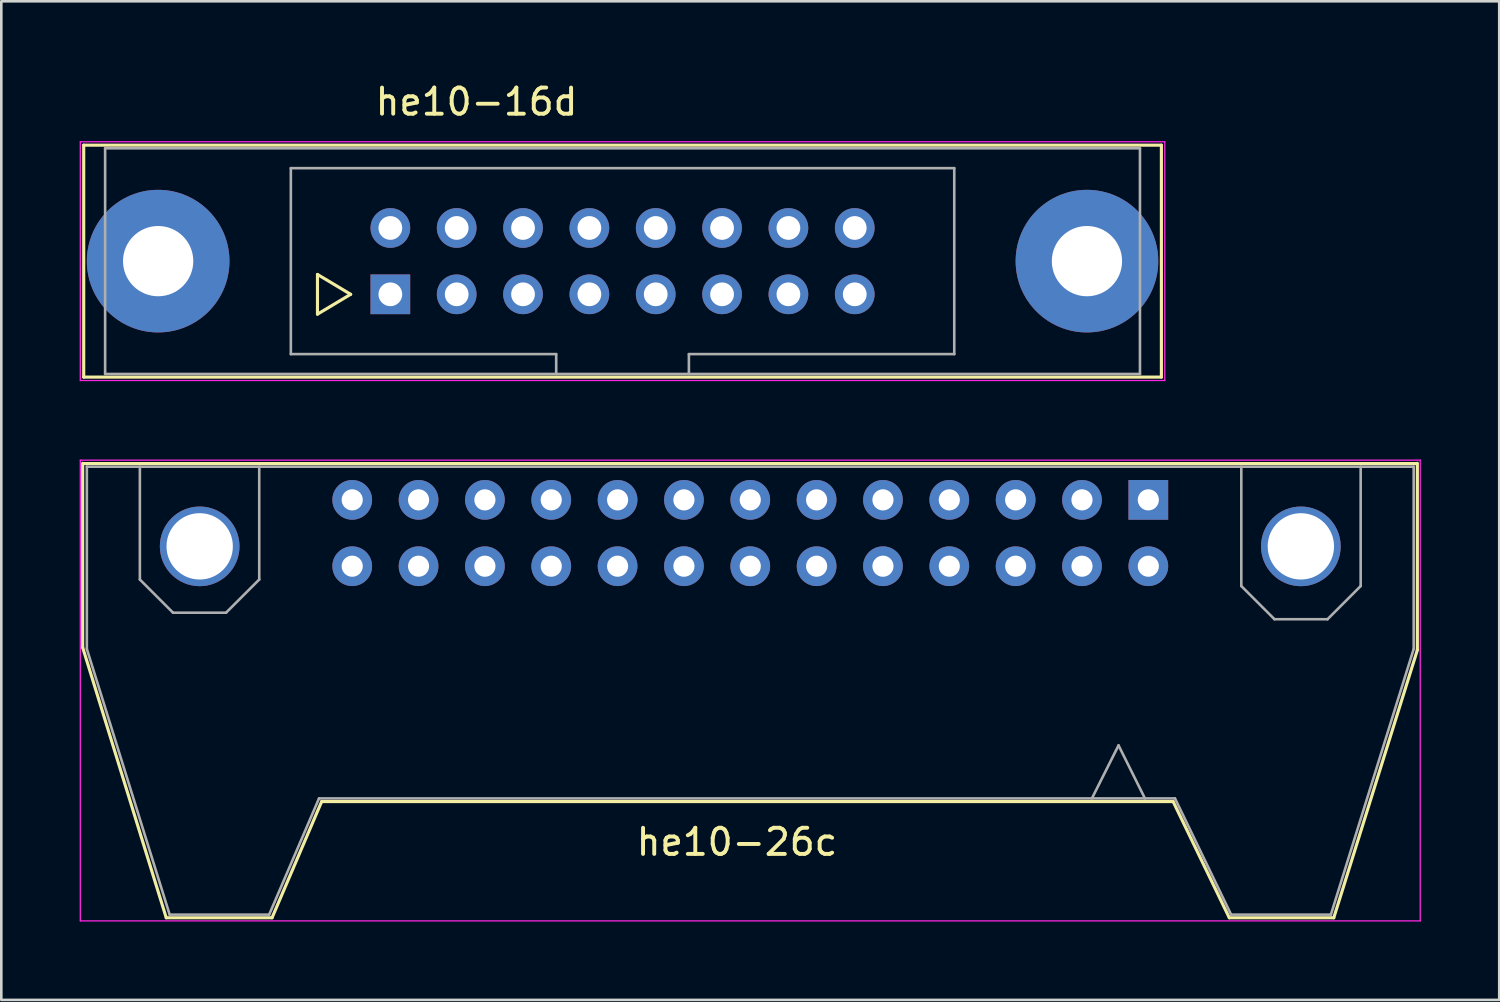
<source format=kicad_pcb>
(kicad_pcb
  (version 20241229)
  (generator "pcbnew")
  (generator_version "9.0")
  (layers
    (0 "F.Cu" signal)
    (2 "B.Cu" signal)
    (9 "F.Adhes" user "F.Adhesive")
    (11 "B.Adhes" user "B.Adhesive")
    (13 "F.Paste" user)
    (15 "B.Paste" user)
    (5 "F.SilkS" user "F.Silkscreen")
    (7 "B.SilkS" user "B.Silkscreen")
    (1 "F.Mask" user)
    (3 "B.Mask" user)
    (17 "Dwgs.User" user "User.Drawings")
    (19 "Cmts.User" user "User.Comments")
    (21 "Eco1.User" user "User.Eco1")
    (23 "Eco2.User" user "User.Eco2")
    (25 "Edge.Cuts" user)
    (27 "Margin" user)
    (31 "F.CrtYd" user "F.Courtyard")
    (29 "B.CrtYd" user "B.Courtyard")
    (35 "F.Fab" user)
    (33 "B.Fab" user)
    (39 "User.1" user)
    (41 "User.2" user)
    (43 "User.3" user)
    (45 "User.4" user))
  (footprint "he10-26c"
    (layer "F.Cu")
    (at 40.915 16.088)
    (property "Reference" "he10-26c" (at -15.75 13.1 0) (layer "F.SilkS") (effects (font (size 1 1) (thickness 0.15))))
    (attr through_hole)
    (fp_line (start -40.8 5.65) (end -40.8 -1.4) (stroke (width 0.12) (type solid)) (layer "F.SilkS"))
    (fp_line (start -40.76 -1.39) (end 10.28 -1.39) (stroke (width 0.12) (type solid)) (layer "F.SilkS"))
    (fp_line (start -37.6 16) (end -40.8 5.65) (stroke (width 0.12) (type solid)) (layer "F.SilkS"))
    (fp_line (start -33.55 16) (end -37.6 16) (stroke (width 0.12) (type solid)) (layer "F.SilkS"))
    (fp_line (start -31.65 11.55) (end -33.55 16) (stroke (width 0.12) (type solid)) (layer "F.SilkS"))
    (fp_line (start 0.95 11.55) (end -31.65 11.55) (stroke (width 0.12) (type solid)) (layer "F.SilkS"))
    (fp_line (start 3.1 16) (end 0.95 11.55) (stroke (width 0.12) (type solid)) (layer "F.SilkS"))
    (fp_line (start 7.1 16) (end 3.1 16) (stroke (width 0.12) (type solid)) (layer "F.SilkS"))
    (fp_line (start 10.3 -1.4) (end 10.3 5.75) (stroke (width 0.12) (type solid)) (layer "F.SilkS"))
    (fp_line (start 10.3 5.75) (end 7.1 16) (stroke (width 0.12) (type solid)) (layer "F.SilkS"))
    (fp_line (start -40.89 -1.52) (end -40.89 16.12) (stroke (width 0.05) (type solid)) (layer "F.CrtYd"))
    (fp_line (start -40.89 -1.52) (end 10.41 -1.52) (stroke (width 0.05) (type solid)) (layer "F.CrtYd"))
    (fp_line (start 10.41 16.12) (end -40.89 16.12) (stroke (width 0.05) (type solid)) (layer "F.CrtYd"))
    (fp_line (start 10.41 16.12) (end 10.41 -1.52) (stroke (width 0.05) (type solid)) (layer "F.CrtYd"))
    (fp_line (start -40.64 -1.27) (end -40.64 5.71) (stroke (width 0.1) (type solid)) (layer "F.Fab"))
    (fp_line (start -40.64 -1.27) (end 10.16 -1.27) (stroke (width 0.1) (type solid)) (layer "F.Fab"))
    (fp_line (start -40.64 5.71) (end -37.47 15.88) (stroke (width 0.1) (type solid)) (layer "F.Fab"))
    (fp_line (start -38.61 3.05) (end -38.61 -1.27) (stroke (width 0.1) (type solid)) (layer "F.Fab"))
    (fp_line (start -37.47 15.88) (end -33.66 15.88) (stroke (width 0.1) (type solid)) (layer "F.Fab"))
    (fp_line (start -37.34 4.32) (end -38.61 3.05) (stroke (width 0.1) (type solid)) (layer "F.Fab"))
    (fp_line (start -35.31 4.32) (end -37.34 4.32) (stroke (width 0.1) (type solid)) (layer "F.Fab"))
    (fp_line (start -34.04 -1.27) (end -34.04 3.05) (stroke (width 0.1) (type solid)) (layer "F.Fab"))
    (fp_line (start -34.04 3.05) (end -35.31 4.32) (stroke (width 0.1) (type solid)) (layer "F.Fab"))
    (fp_line (start -33.66 15.88) (end -31.75 11.43) (stroke (width 0.1) (type solid)) (layer "F.Fab"))
    (fp_line (start -1.14 9.4) (end -2.16 11.43) (stroke (width 0.1) (type solid)) (layer "F.Fab"))
    (fp_line (start -0.13 11.43) (end -1.14 9.4) (stroke (width 0.1) (type solid)) (layer "F.Fab"))
    (fp_line (start 1.02 11.43) (end -31.75 11.43) (stroke (width 0.1) (type solid)) (layer "F.Fab"))
    (fp_line (start 3.17 15.88) (end 1.02 11.43) (stroke (width 0.1) (type solid)) (layer "F.Fab"))
    (fp_line (start 3.56 3.3) (end 3.56 -1.27) (stroke (width 0.1) (type solid)) (layer "F.Fab"))
    (fp_line (start 4.83 4.57) (end 3.56 3.3) (stroke (width 0.1) (type solid)) (layer "F.Fab"))
    (fp_line (start 6.86 4.57) (end 4.83 4.57) (stroke (width 0.1) (type solid)) (layer "F.Fab"))
    (fp_line (start 6.99 15.88) (end 3.17 15.88) (stroke (width 0.1) (type solid)) (layer "F.Fab"))
    (fp_line (start 8.13 -1.27) (end 8.13 3.3) (stroke (width 0.1) (type solid)) (layer "F.Fab"))
    (fp_line (start 8.13 3.3) (end 6.86 4.57) (stroke (width 0.1) (type solid)) (layer "F.Fab"))
    (fp_line (start 10.16 -1.27) (end 10.16 5.71) (stroke (width 0.1) (type solid)) (layer "F.Fab"))
    (fp_line (start 10.16 5.71) (end 6.99 15.88) (stroke (width 0.1) (type solid)) (layer "F.Fab"))
    (pad "0" thru_hole circle (at -36.32 1.78) (size 3.05 3.05) (drill 2.54) (layers "*.Cu" "*.Mask"))
    (pad "0" thru_hole circle (at 5.84 1.78) (size 3.05 3.05) (drill 2.54) (layers "*.Cu" "*.Mask"))
    (pad "1" thru_hole rect (at 0 0) (size 1.52 1.52) (drill 0.81) (layers "*.Cu" "*.Mask"))
    (pad "2" thru_hole circle (at 0 2.54) (size 1.52 1.52) (drill 0.81) (layers "*.Cu" "*.Mask"))
    (pad "3" thru_hole circle (at -2.54 0) (size 1.52 1.52) (drill 0.81) (layers "*.Cu" "*.Mask"))
    (pad "4" thru_hole circle (at -2.54 2.54) (size 1.52 1.52) (drill 0.81) (layers "*.Cu" "*.Mask"))
    (pad "5" thru_hole circle (at -5.08 0) (size 1.52 1.52) (drill 0.81) (layers "*.Cu" "*.Mask"))
    (pad "6" thru_hole circle (at -5.08 2.54) (size 1.52 1.52) (drill 0.81) (layers "*.Cu" "*.Mask"))
    (pad "7" thru_hole circle (at -7.62 0) (size 1.52 1.52) (drill 0.81) (layers "*.Cu" "*.Mask"))
    (pad "8" thru_hole circle (at -7.62 2.54) (size 1.52 1.52) (drill 0.81) (layers "*.Cu" "*.Mask"))
    (pad "9" thru_hole circle (at -10.16 0) (size 1.52 1.52) (drill 0.81) (layers "*.Cu" "*.Mask"))
    (pad "10" thru_hole circle (at -10.16 2.54) (size 1.52 1.52) (drill 0.81) (layers "*.Cu" "*.Mask"))
    (pad "11" thru_hole circle (at -12.7 0) (size 1.52 1.52) (drill 0.81) (layers "*.Cu" "*.Mask"))
    (pad "12" thru_hole circle (at -12.7 2.54) (size 1.52 1.52) (drill 0.81) (layers "*.Cu" "*.Mask"))
    (pad "13" thru_hole circle (at -15.24 0) (size 1.52 1.52) (drill 0.81) (layers "*.Cu" "*.Mask"))
    (pad "14" thru_hole circle (at -15.24 2.54) (size 1.52 1.52) (drill 0.81) (layers "*.Cu" "*.Mask"))
    (pad "15" thru_hole circle (at -17.78 0) (size 1.52 1.52) (drill 0.81) (layers "*.Cu" "*.Mask"))
    (pad "16" thru_hole circle (at -17.78 2.54) (size 1.52 1.52) (drill 0.81) (layers "*.Cu" "*.Mask"))
    (pad "17" thru_hole circle (at -20.32 0) (size 1.52 1.52) (drill 0.81) (layers "*.Cu" "*.Mask"))
    (pad "18" thru_hole circle (at -20.32 2.54) (size 1.52 1.52) (drill 0.81) (layers "*.Cu" "*.Mask"))
    (pad "19" thru_hole circle (at -22.86 0) (size 1.52 1.52) (drill 0.81) (layers "*.Cu" "*.Mask"))
    (pad "20" thru_hole circle (at -22.86 2.54) (size 1.52 1.52) (drill 0.81) (layers "*.Cu" "*.Mask"))
    (pad "21" thru_hole circle (at -25.4 0) (size 1.52 1.52) (drill 0.81) (layers "*.Cu" "*.Mask"))
    (pad "22" thru_hole circle (at -25.4 2.54) (size 1.52 1.52) (drill 0.81) (layers "*.Cu" "*.Mask"))
    (pad "23" thru_hole circle (at -27.94 0) (size 1.52 1.52) (drill 0.81) (layers "*.Cu" "*.Mask"))
    (pad "24" thru_hole circle (at -27.94 2.54) (size 1.52 1.52) (drill 0.81) (layers "*.Cu" "*.Mask"))
    (pad "25" thru_hole circle (at -30.48 0) (size 1.52 1.52) (drill 0.81) (layers "*.Cu" "*.Mask"))
    (pad "26" thru_hole circle (at -30.48 2.54) (size 1.52 1.52) (drill 0.81) (layers "*.Cu" "*.Mask")))
  (footprint "he10-16d"
    (layer "F.Cu")
    (at 11.895 8.218)
    (property "Reference" "he10-16d" (at 3.3 -7.37 0) (layer "F.SilkS") (effects (font (size 1 1) (thickness 0.15))))
    (attr through_hole)
    (fp_line (start -11.74 -5.71) (end -11.74 3.17) (stroke (width 0.12) (type solid)) (layer "F.SilkS"))
    (fp_line (start -11.74 -5.71) (end 29.52 -5.71) (stroke (width 0.12) (type solid)) (layer "F.SilkS"))
    (fp_line (start -2.79 -0.76) (end -2.79 0.76) (stroke (width 0.12) (type solid)) (layer "F.SilkS"))
    (fp_line (start -2.79 0.76) (end -1.52 0) (stroke (width 0.12) (type solid)) (layer "F.SilkS"))
    (fp_line (start -1.52 0) (end -2.79 -0.76) (stroke (width 0.12) (type solid)) (layer "F.SilkS"))
    (fp_line (start 29.52 3.17) (end -11.74 3.17) (stroke (width 0.12) (type solid)) (layer "F.SilkS"))
    (fp_line (start 29.52 3.17) (end 29.52 -5.71) (stroke (width 0.12) (type solid)) (layer "F.SilkS"))
    (fp_line (start -11.87 -5.84) (end -11.87 3.3) (stroke (width 0.05) (type solid)) (layer "F.CrtYd"))
    (fp_line (start -11.87 -5.84) (end 29.65 -5.84) (stroke (width 0.05) (type solid)) (layer "F.CrtYd"))
    (fp_line (start 29.65 3.3) (end -11.87 3.3) (stroke (width 0.05) (type solid)) (layer "F.CrtYd"))
    (fp_line (start 29.65 3.3) (end 29.65 -5.84) (stroke (width 0.05) (type solid)) (layer "F.CrtYd"))
    (fp_line (start -10.92 -5.59) (end 28.7 -5.59) (stroke (width 0.1) (type solid)) (layer "F.Fab"))
    (fp_line (start -10.92 3.05) (end -10.92 -5.59) (stroke (width 0.1) (type solid)) (layer "F.Fab"))
    (fp_line (start -3.81 -4.83) (end 21.59 -4.83) (stroke (width 0.1) (type solid)) (layer "F.Fab"))
    (fp_line (start -3.81 2.29) (end -3.81 -4.83) (stroke (width 0.1) (type solid)) (layer "F.Fab"))
    (fp_line (start 6.35 2.29) (end -3.81 2.29) (stroke (width 0.1) (type solid)) (layer "F.Fab"))
    (fp_line (start 6.35 3.05) (end 6.35 2.29) (stroke (width 0.1) (type solid)) (layer "F.Fab"))
    (fp_line (start 11.43 2.29) (end 11.43 3.05) (stroke (width 0.1) (type solid)) (layer "F.Fab"))
    (fp_line (start 21.59 -4.83) (end 21.59 2.29) (stroke (width 0.1) (type solid)) (layer "F.Fab"))
    (fp_line (start 21.59 2.29) (end 11.43 2.29) (stroke (width 0.1) (type solid)) (layer "F.Fab"))
    (fp_line (start 28.7 -5.59) (end 28.7 3.05) (stroke (width 0.1) (type solid)) (layer "F.Fab"))
    (fp_line (start 28.7 3.05) (end -10.92 3.05) (stroke (width 0.1) (type solid)) (layer "F.Fab"))
    (pad "0" thru_hole circle (at -8.89 -1.27) (size 5.46 5.46) (drill 2.69) (layers "*.Cu" "*.Mask"))
    (pad "0" thru_hole circle (at 26.67 -1.27) (size 5.46 5.46) (drill 2.69) (layers "*.Cu" "*.Mask"))
    (pad "1" thru_hole rect (at 0 0) (size 1.52 1.52) (drill 0.91) (layers "*.Cu" "*.Mask"))
    (pad "2" thru_hole circle (at 0 -2.54) (size 1.52 1.52) (drill 0.91) (layers "*.Cu" "*.Mask"))
    (pad "3" thru_hole circle (at 2.54 0) (size 1.52 1.52) (drill 0.91) (layers "*.Cu" "*.Mask"))
    (pad "4" thru_hole circle (at 2.54 -2.54) (size 1.52 1.52) (drill 0.91) (layers "*.Cu" "*.Mask"))
    (pad "5" thru_hole circle (at 5.08 0) (size 1.52 1.52) (drill 0.91) (layers "*.Cu" "*.Mask"))
    (pad "6" thru_hole circle (at 5.08 -2.54) (size 1.52 1.52) (drill 0.91) (layers "*.Cu" "*.Mask"))
    (pad "7" thru_hole circle (at 7.62 0) (size 1.52 1.52) (drill 0.91) (layers "*.Cu" "*.Mask"))
    (pad "8" thru_hole circle (at 7.62 -2.54) (size 1.52 1.52) (drill 0.91) (layers "*.Cu" "*.Mask"))
    (pad "9" thru_hole circle (at 10.16 0) (size 1.52 1.52) (drill 0.91) (layers "*.Cu" "*.Mask"))
    (pad "10" thru_hole circle (at 10.16 -2.54) (size 1.52 1.52) (drill 0.91) (layers "*.Cu" "*.Mask"))
    (pad "11" thru_hole circle (at 12.7 0) (size 1.52 1.52) (drill 0.91) (layers "*.Cu" "*.Mask"))
    (pad "12" thru_hole circle (at 12.7 -2.54) (size 1.52 1.52) (drill 0.91) (layers "*.Cu" "*.Mask"))
    (pad "13" thru_hole circle (at 15.24 0) (size 1.52 1.52) (drill 0.91) (layers "*.Cu" "*.Mask"))
    (pad "14" thru_hole circle (at 15.24 -2.54) (size 1.52 1.52) (drill 0.91) (layers "*.Cu" "*.Mask"))
    (pad "15" thru_hole circle (at 17.78 0) (size 1.52 1.52) (drill 0.91) (layers "*.Cu" "*.Mask"))
    (pad "16" thru_hole circle (at 17.78 -2.54) (size 1.52 1.52) (drill 0.91) (layers "*.Cu" "*.Mask")))
  (gr_rect
    (start -3 -3)
    (end 54.35 35.233)
    (stroke (width 0.1) (type default))
    (fill no)
    (layer "Edge.Cuts")))
</source>
